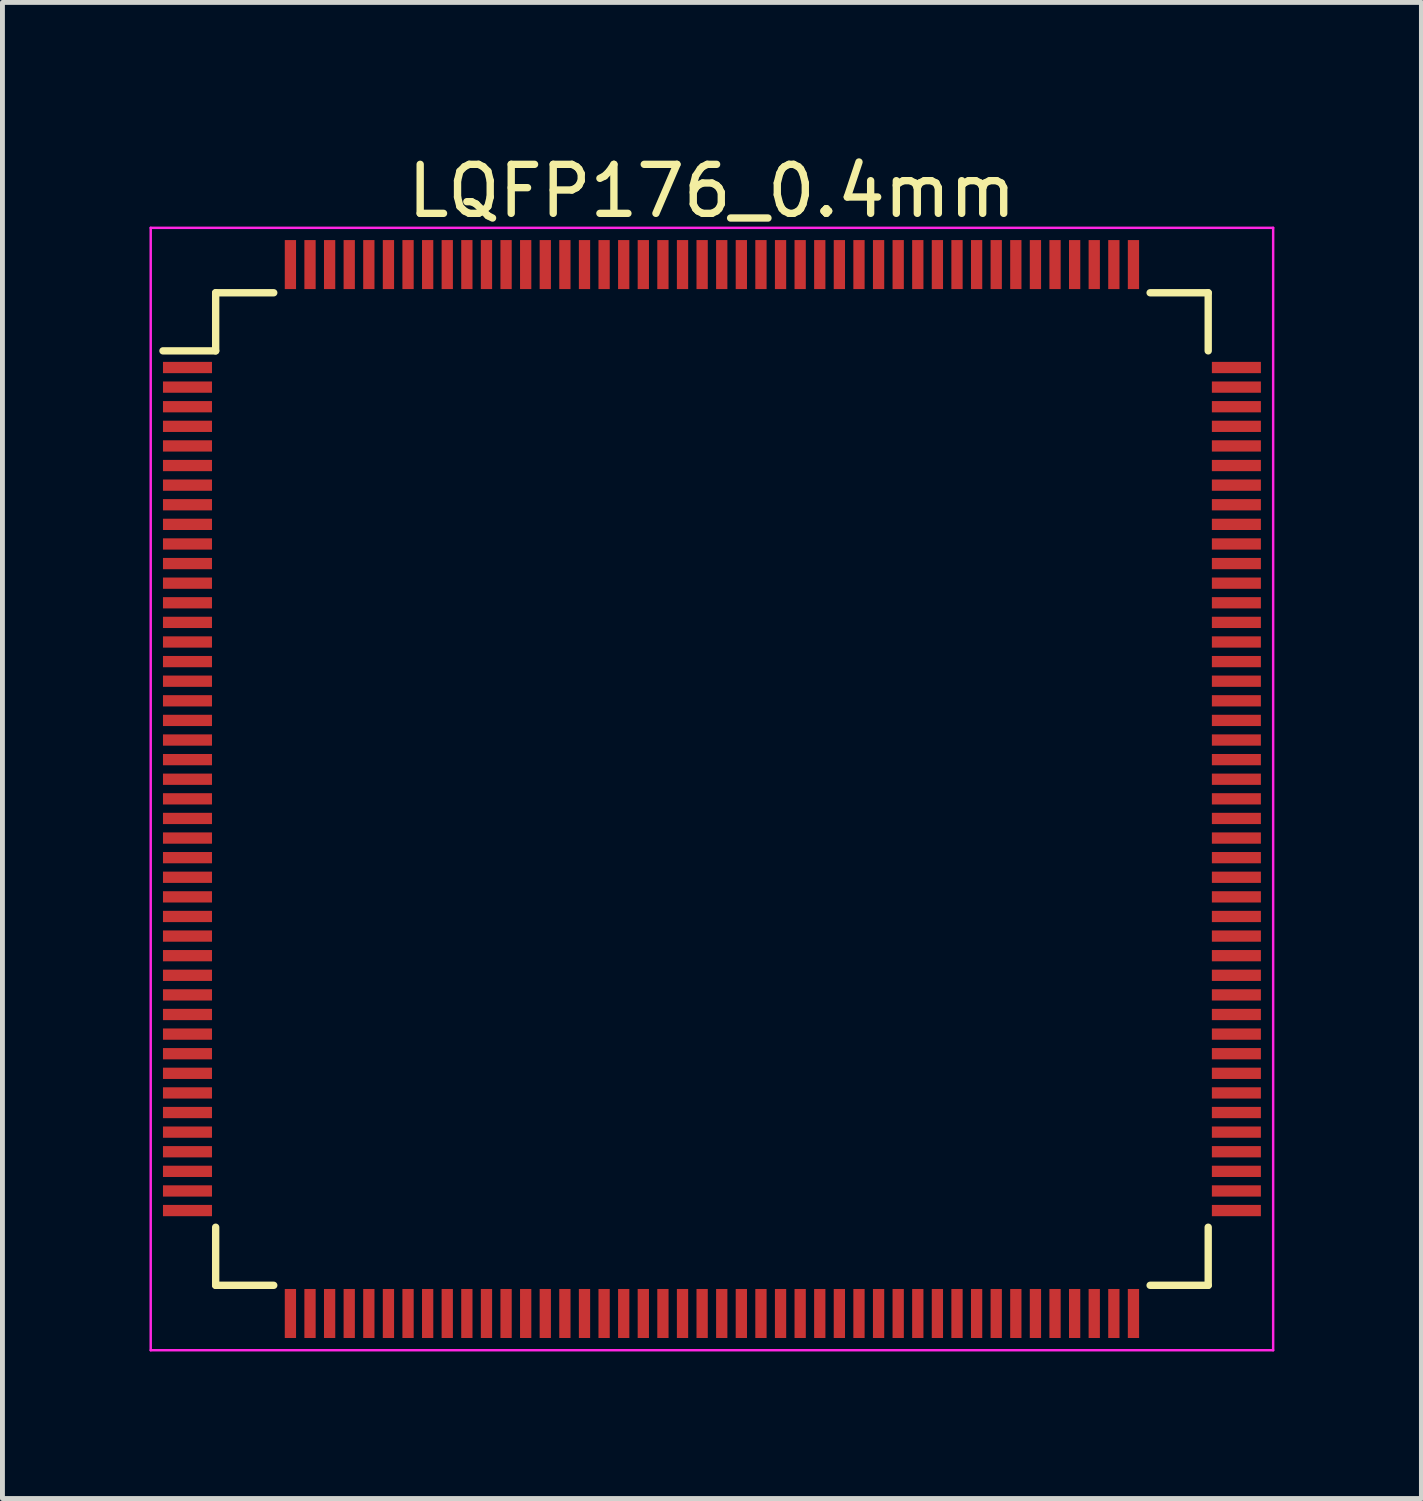
<source format=kicad_pcb>
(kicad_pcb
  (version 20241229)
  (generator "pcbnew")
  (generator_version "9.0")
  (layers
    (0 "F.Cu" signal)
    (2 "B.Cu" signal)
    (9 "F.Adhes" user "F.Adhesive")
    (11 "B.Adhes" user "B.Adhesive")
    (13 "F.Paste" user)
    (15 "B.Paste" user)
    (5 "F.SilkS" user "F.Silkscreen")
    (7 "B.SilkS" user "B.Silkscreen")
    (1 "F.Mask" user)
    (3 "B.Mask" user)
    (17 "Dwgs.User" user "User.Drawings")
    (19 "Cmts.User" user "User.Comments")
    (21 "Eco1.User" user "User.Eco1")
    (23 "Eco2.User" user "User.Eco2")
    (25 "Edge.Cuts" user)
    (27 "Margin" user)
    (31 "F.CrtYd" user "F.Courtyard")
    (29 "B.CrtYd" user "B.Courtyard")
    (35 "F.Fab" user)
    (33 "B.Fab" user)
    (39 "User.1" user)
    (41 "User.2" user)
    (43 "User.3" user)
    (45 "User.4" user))
  (footprint "LQFP176_0.4mm"
    (layer "F.Cu")
    (at 11.475 13.048)
    (property "Reference" "LQFP176_0.4mm" (at 0 -12.2 0) (layer "F.SilkS") (effects (font (size 1 1) (thickness 0.15))))
    (attr smd)
    (fp_line (start -10.125 -10.125) (end -10.125 -8.94) (stroke (width 0.15) (type solid)) (layer "F.SilkS"))
    (fp_line (start -10.125 -10.125) (end -8.94 -10.125) (stroke (width 0.15) (type solid)) (layer "F.SilkS"))
    (fp_line (start -10.125 -8.94) (end -11.2 -8.94) (stroke (width 0.15) (type solid)) (layer "F.SilkS"))
    (fp_line (start -10.125 10.125) (end -10.125 8.94) (stroke (width 0.15) (type solid)) (layer "F.SilkS"))
    (fp_line (start -10.125 10.125) (end -8.94 10.125) (stroke (width 0.15) (type solid)) (layer "F.SilkS"))
    (fp_line (start 10.125 -10.125) (end 8.94 -10.125) (stroke (width 0.15) (type solid)) (layer "F.SilkS"))
    (fp_line (start 10.125 -10.125) (end 10.125 -8.94) (stroke (width 0.15) (type solid)) (layer "F.SilkS"))
    (fp_line (start 10.125 10.125) (end 8.94 10.125) (stroke (width 0.15) (type solid)) (layer "F.SilkS"))
    (fp_line (start 10.125 10.125) (end 10.125 8.94) (stroke (width 0.15) (type solid)) (layer "F.SilkS"))
    (fp_line (start -11.45 -11.45) (end -11.45 11.45) (stroke (width 0.05) (type solid)) (layer "F.CrtYd"))
    (fp_line (start -11.45 -11.45) (end 11.45 -11.45) (stroke (width 0.05) (type solid)) (layer "F.CrtYd"))
    (fp_line (start -11.45 11.45) (end 11.45 11.45) (stroke (width 0.05) (type solid)) (layer "F.CrtYd"))
    (fp_line (start 11.45 -11.45) (end 11.45 11.45) (stroke (width 0.05) (type solid)) (layer "F.CrtYd"))
    (pad "1" smd rect (at -10.7 -8.6) (size 1 0.23) (layers "F.Cu" "F.Mask" "F.Paste"))
    (pad "2" smd rect (at -10.7 -8.2) (size 1 0.23) (layers "F.Cu" "F.Mask" "F.Paste"))
    (pad "3" smd rect (at -10.7 -7.8) (size 1 0.23) (layers "F.Cu" "F.Mask" "F.Paste"))
    (pad "4" smd rect (at -10.7 -7.4) (size 1 0.23) (layers "F.Cu" "F.Mask" "F.Paste"))
    (pad "5" smd rect (at -10.7 -7) (size 1 0.23) (layers "F.Cu" "F.Mask" "F.Paste"))
    (pad "6" smd rect (at -10.7 -6.6) (size 1 0.23) (layers "F.Cu" "F.Mask" "F.Paste"))
    (pad "7" smd rect (at -10.7 -6.2) (size 1 0.23) (layers "F.Cu" "F.Mask" "F.Paste"))
    (pad "8" smd rect (at -10.7 -5.8) (size 1 0.23) (layers "F.Cu" "F.Mask" "F.Paste"))
    (pad "9" smd rect (at -10.7 -5.4) (size 1 0.23) (layers "F.Cu" "F.Mask" "F.Paste"))
    (pad "10" smd rect (at -10.7 -5) (size 1 0.23) (layers "F.Cu" "F.Mask" "F.Paste"))
    (pad "11" smd rect (at -10.7 -4.6) (size 1 0.23) (layers "F.Cu" "F.Mask" "F.Paste"))
    (pad "12" smd rect (at -10.7 -4.2) (size 1 0.23) (layers "F.Cu" "F.Mask" "F.Paste"))
    (pad "13" smd rect (at -10.7 -3.8) (size 1 0.23) (layers "F.Cu" "F.Mask" "F.Paste"))
    (pad "14" smd rect (at -10.7 -3.4) (size 1 0.23) (layers "F.Cu" "F.Mask" "F.Paste"))
    (pad "15" smd rect (at -10.7 -3) (size 1 0.23) (layers "F.Cu" "F.Mask" "F.Paste"))
    (pad "16" smd rect (at -10.7 -2.6) (size 1 0.23) (layers "F.Cu" "F.Mask" "F.Paste"))
    (pad "17" smd rect (at -10.7 -2.2) (size 1 0.23) (layers "F.Cu" "F.Mask" "F.Paste"))
    (pad "18" smd rect (at -10.7 -1.8) (size 1 0.23) (layers "F.Cu" "F.Mask" "F.Paste"))
    (pad "19" smd rect (at -10.7 -1.4) (size 1 0.23) (layers "F.Cu" "F.Mask" "F.Paste"))
    (pad "20" smd rect (at -10.7 -1) (size 1 0.23) (layers "F.Cu" "F.Mask" "F.Paste"))
    (pad "21" smd rect (at -10.7 -0.6) (size 1 0.23) (layers "F.Cu" "F.Mask" "F.Paste"))
    (pad "22" smd rect (at -10.7 -0.2) (size 1 0.23) (layers "F.Cu" "F.Mask" "F.Paste"))
    (pad "23" smd rect (at -10.7 0.2) (size 1 0.23) (layers "F.Cu" "F.Mask" "F.Paste"))
    (pad "24" smd rect (at -10.7 0.6) (size 1 0.23) (layers "F.Cu" "F.Mask" "F.Paste"))
    (pad "25" smd rect (at -10.7 1) (size 1 0.23) (layers "F.Cu" "F.Mask" "F.Paste"))
    (pad "26" smd rect (at -10.7 1.4) (size 1 0.23) (layers "F.Cu" "F.Mask" "F.Paste"))
    (pad "27" smd rect (at -10.7 1.8) (size 1 0.23) (layers "F.Cu" "F.Mask" "F.Paste"))
    (pad "28" smd rect (at -10.7 2.2) (size 1 0.23) (layers "F.Cu" "F.Mask" "F.Paste"))
    (pad "29" smd rect (at -10.7 2.6) (size 1 0.23) (layers "F.Cu" "F.Mask" "F.Paste"))
    (pad "30" smd rect (at -10.7 3) (size 1 0.23) (layers "F.Cu" "F.Mask" "F.Paste"))
    (pad "31" smd rect (at -10.7 3.4) (size 1 0.23) (layers "F.Cu" "F.Mask" "F.Paste"))
    (pad "32" smd rect (at -10.7 3.8) (size 1 0.23) (layers "F.Cu" "F.Mask" "F.Paste"))
    (pad "33" smd rect (at -10.7 4.2) (size 1 0.23) (layers "F.Cu" "F.Mask" "F.Paste"))
    (pad "34" smd rect (at -10.7 4.6) (size 1 0.23) (layers "F.Cu" "F.Mask" "F.Paste"))
    (pad "35" smd rect (at -10.7 5) (size 1 0.23) (layers "F.Cu" "F.Mask" "F.Paste"))
    (pad "36" smd rect (at -10.7 5.4) (size 1 0.23) (layers "F.Cu" "F.Mask" "F.Paste"))
    (pad "37" smd rect (at -10.7 5.8) (size 1 0.23) (layers "F.Cu" "F.Mask" "F.Paste"))
    (pad "38" smd rect (at -10.7 6.2) (size 1 0.23) (layers "F.Cu" "F.Mask" "F.Paste"))
    (pad "39" smd rect (at -10.7 6.6) (size 1 0.23) (layers "F.Cu" "F.Mask" "F.Paste"))
    (pad "40" smd rect (at -10.7 7) (size 1 0.23) (layers "F.Cu" "F.Mask" "F.Paste"))
    (pad "41" smd rect (at -10.7 7.4) (size 1 0.23) (layers "F.Cu" "F.Mask" "F.Paste"))
    (pad "42" smd rect (at -10.7 7.8) (size 1 0.23) (layers "F.Cu" "F.Mask" "F.Paste"))
    (pad "43" smd rect (at -10.7 8.2) (size 1 0.23) (layers "F.Cu" "F.Mask" "F.Paste"))
    (pad "44" smd rect (at -10.7 8.6) (size 1 0.23) (layers "F.Cu" "F.Mask" "F.Paste"))
    (pad "45" smd rect (at -8.6 10.7 90) (size 1 0.23) (layers "F.Cu" "F.Mask" "F.Paste"))
    (pad "46" smd rect (at -8.2 10.7 90) (size 1 0.23) (layers "F.Cu" "F.Mask" "F.Paste"))
    (pad "47" smd rect (at -7.8 10.7 90) (size 1 0.23) (layers "F.Cu" "F.Mask" "F.Paste"))
    (pad "48" smd rect (at -7.4 10.7 90) (size 1 0.23) (layers "F.Cu" "F.Mask" "F.Paste"))
    (pad "49" smd rect (at -7 10.7 90) (size 1 0.23) (layers "F.Cu" "F.Mask" "F.Paste"))
    (pad "50" smd rect (at -6.6 10.7 90) (size 1 0.23) (layers "F.Cu" "F.Mask" "F.Paste"))
    (pad "51" smd rect (at -6.2 10.7 90) (size 1 0.23) (layers "F.Cu" "F.Mask" "F.Paste"))
    (pad "52" smd rect (at -5.8 10.7 90) (size 1 0.23) (layers "F.Cu" "F.Mask" "F.Paste"))
    (pad "53" smd rect (at -5.4 10.7 90) (size 1 0.23) (layers "F.Cu" "F.Mask" "F.Paste"))
    (pad "54" smd rect (at -5 10.7 90) (size 1 0.23) (layers "F.Cu" "F.Mask" "F.Paste"))
    (pad "55" smd rect (at -4.6 10.7 90) (size 1 0.23) (layers "F.Cu" "F.Mask" "F.Paste"))
    (pad "56" smd rect (at -4.2 10.7 90) (size 1 0.23) (layers "F.Cu" "F.Mask" "F.Paste"))
    (pad "57" smd rect (at -3.8 10.7 90) (size 1 0.23) (layers "F.Cu" "F.Mask" "F.Paste"))
    (pad "58" smd rect (at -3.4 10.7 90) (size 1 0.23) (layers "F.Cu" "F.Mask" "F.Paste"))
    (pad "59" smd rect (at -3 10.7 90) (size 1 0.23) (layers "F.Cu" "F.Mask" "F.Paste"))
    (pad "60" smd rect (at -2.6 10.7 90) (size 1 0.23) (layers "F.Cu" "F.Mask" "F.Paste"))
    (pad "61" smd rect (at -2.2 10.7 90) (size 1 0.23) (layers "F.Cu" "F.Mask" "F.Paste"))
    (pad "62" smd rect (at -1.8 10.7 90) (size 1 0.23) (layers "F.Cu" "F.Mask" "F.Paste"))
    (pad "63" smd rect (at -1.4 10.7 90) (size 1 0.23) (layers "F.Cu" "F.Mask" "F.Paste"))
    (pad "64" smd rect (at -1 10.7 90) (size 1 0.23) (layers "F.Cu" "F.Mask" "F.Paste"))
    (pad "65" smd rect (at -0.6 10.7 90) (size 1 0.23) (layers "F.Cu" "F.Mask" "F.Paste"))
    (pad "66" smd rect (at -0.2 10.7 90) (size 1 0.23) (layers "F.Cu" "F.Mask" "F.Paste"))
    (pad "67" smd rect (at 0.2 10.7 90) (size 1 0.23) (layers "F.Cu" "F.Mask" "F.Paste"))
    (pad "68" smd rect (at 0.6 10.7 90) (size 1 0.23) (layers "F.Cu" "F.Mask" "F.Paste"))
    (pad "69" smd rect (at 1 10.7 90) (size 1 0.23) (layers "F.Cu" "F.Mask" "F.Paste"))
    (pad "70" smd rect (at 1.4 10.7 90) (size 1 0.23) (layers "F.Cu" "F.Mask" "F.Paste"))
    (pad "71" smd rect (at 1.8 10.7 90) (size 1 0.23) (layers "F.Cu" "F.Mask" "F.Paste"))
    (pad "72" smd rect (at 2.2 10.7 90) (size 1 0.23) (layers "F.Cu" "F.Mask" "F.Paste"))
    (pad "73" smd rect (at 2.6 10.7 90) (size 1 0.23) (layers "F.Cu" "F.Mask" "F.Paste"))
    (pad "74" smd rect (at 3 10.7 90) (size 1 0.23) (layers "F.Cu" "F.Mask" "F.Paste"))
    (pad "75" smd rect (at 3.4 10.7 90) (size 1 0.23) (layers "F.Cu" "F.Mask" "F.Paste"))
    (pad "76" smd rect (at 3.8 10.7 90) (size 1 0.23) (layers "F.Cu" "F.Mask" "F.Paste"))
    (pad "77" smd rect (at 4.2 10.7 90) (size 1 0.23) (layers "F.Cu" "F.Mask" "F.Paste"))
    (pad "78" smd rect (at 4.6 10.7 90) (size 1 0.23) (layers "F.Cu" "F.Mask" "F.Paste"))
    (pad "79" smd rect (at 5 10.7 90) (size 1 0.23) (layers "F.Cu" "F.Mask" "F.Paste"))
    (pad "80" smd rect (at 5.4 10.7 90) (size 1 0.23) (layers "F.Cu" "F.Mask" "F.Paste"))
    (pad "81" smd rect (at 5.8 10.7 90) (size 1 0.23) (layers "F.Cu" "F.Mask" "F.Paste"))
    (pad "82" smd rect (at 6.2 10.7 90) (size 1 0.23) (layers "F.Cu" "F.Mask" "F.Paste"))
    (pad "83" smd rect (at 6.6 10.7 90) (size 1 0.23) (layers "F.Cu" "F.Mask" "F.Paste"))
    (pad "84" smd rect (at 7 10.7 90) (size 1 0.23) (layers "F.Cu" "F.Mask" "F.Paste"))
    (pad "85" smd rect (at 7.4 10.7 90) (size 1 0.23) (layers "F.Cu" "F.Mask" "F.Paste"))
    (pad "86" smd rect (at 7.8 10.7 90) (size 1 0.23) (layers "F.Cu" "F.Mask" "F.Paste"))
    (pad "87" smd rect (at 8.2 10.7 90) (size 1 0.23) (layers "F.Cu" "F.Mask" "F.Paste"))
    (pad "88" smd rect (at 8.6 10.7 90) (size 1 0.23) (layers "F.Cu" "F.Mask" "F.Paste"))
    (pad "89" smd rect (at 10.7 8.6) (size 1 0.23) (layers "F.Cu" "F.Mask" "F.Paste"))
    (pad "90" smd rect (at 10.7 8.2) (size 1 0.23) (layers "F.Cu" "F.Mask" "F.Paste"))
    (pad "91" smd rect (at 10.7 7.8) (size 1 0.23) (layers "F.Cu" "F.Mask" "F.Paste"))
    (pad "92" smd rect (at 10.7 7.4) (size 1 0.23) (layers "F.Cu" "F.Mask" "F.Paste"))
    (pad "93" smd rect (at 10.7 7) (size 1 0.23) (layers "F.Cu" "F.Mask" "F.Paste"))
    (pad "94" smd rect (at 10.7 6.6) (size 1 0.23) (layers "F.Cu" "F.Mask" "F.Paste"))
    (pad "95" smd rect (at 10.7 6.2) (size 1 0.23) (layers "F.Cu" "F.Mask" "F.Paste"))
    (pad "96" smd rect (at 10.7 5.8) (size 1 0.23) (layers "F.Cu" "F.Mask" "F.Paste"))
    (pad "97" smd rect (at 10.7 5.4) (size 1 0.23) (layers "F.Cu" "F.Mask" "F.Paste"))
    (pad "98" smd rect (at 10.7 5) (size 1 0.23) (layers "F.Cu" "F.Mask" "F.Paste"))
    (pad "99" smd rect (at 10.7 4.6) (size 1 0.23) (layers "F.Cu" "F.Mask" "F.Paste"))
    (pad "100" smd rect (at 10.7 4.2) (size 1 0.23) (layers "F.Cu" "F.Mask" "F.Paste"))
    (pad "101" smd rect (at 10.7 3.8) (size 1 0.23) (layers "F.Cu" "F.Mask" "F.Paste"))
    (pad "102" smd rect (at 10.7 3.4) (size 1 0.23) (layers "F.Cu" "F.Mask" "F.Paste"))
    (pad "103" smd rect (at 10.7 3) (size 1 0.23) (layers "F.Cu" "F.Mask" "F.Paste"))
    (pad "104" smd rect (at 10.7 2.6) (size 1 0.23) (layers "F.Cu" "F.Mask" "F.Paste"))
    (pad "105" smd rect (at 10.7 2.2) (size 1 0.23) (layers "F.Cu" "F.Mask" "F.Paste"))
    (pad "106" smd rect (at 10.7 1.8) (size 1 0.23) (layers "F.Cu" "F.Mask" "F.Paste"))
    (pad "107" smd rect (at 10.7 1.4) (size 1 0.23) (layers "F.Cu" "F.Mask" "F.Paste"))
    (pad "108" smd rect (at 10.7 1) (size 1 0.23) (layers "F.Cu" "F.Mask" "F.Paste"))
    (pad "109" smd rect (at 10.7 0.6) (size 1 0.23) (layers "F.Cu" "F.Mask" "F.Paste"))
    (pad "110" smd rect (at 10.7 0.2) (size 1 0.23) (layers "F.Cu" "F.Mask" "F.Paste"))
    (pad "111" smd rect (at 10.7 -0.2) (size 1 0.23) (layers "F.Cu" "F.Mask" "F.Paste"))
    (pad "112" smd rect (at 10.7 -0.6) (size 1 0.23) (layers "F.Cu" "F.Mask" "F.Paste"))
    (pad "113" smd rect (at 10.7 -1) (size 1 0.23) (layers "F.Cu" "F.Mask" "F.Paste"))
    (pad "114" smd rect (at 10.7 -1.4) (size 1 0.23) (layers "F.Cu" "F.Mask" "F.Paste"))
    (pad "115" smd rect (at 10.7 -1.8) (size 1 0.23) (layers "F.Cu" "F.Mask" "F.Paste"))
    (pad "116" smd rect (at 10.7 -2.2) (size 1 0.23) (layers "F.Cu" "F.Mask" "F.Paste"))
    (pad "117" smd rect (at 10.7 -2.6) (size 1 0.23) (layers "F.Cu" "F.Mask" "F.Paste"))
    (pad "118" smd rect (at 10.7 -3) (size 1 0.23) (layers "F.Cu" "F.Mask" "F.Paste"))
    (pad "119" smd rect (at 10.7 -3.4) (size 1 0.23) (layers "F.Cu" "F.Mask" "F.Paste"))
    (pad "120" smd rect (at 10.7 -3.8) (size 1 0.23) (layers "F.Cu" "F.Mask" "F.Paste"))
    (pad "121" smd rect (at 10.7 -4.2) (size 1 0.23) (layers "F.Cu" "F.Mask" "F.Paste"))
    (pad "122" smd rect (at 10.7 -4.6) (size 1 0.23) (layers "F.Cu" "F.Mask" "F.Paste"))
    (pad "123" smd rect (at 10.7 -5) (size 1 0.23) (layers "F.Cu" "F.Mask" "F.Paste"))
    (pad "124" smd rect (at 10.7 -5.4) (size 1 0.23) (layers "F.Cu" "F.Mask" "F.Paste"))
    (pad "125" smd rect (at 10.7 -5.8) (size 1 0.23) (layers "F.Cu" "F.Mask" "F.Paste"))
    (pad "126" smd rect (at 10.7 -6.2) (size 1 0.23) (layers "F.Cu" "F.Mask" "F.Paste"))
    (pad "127" smd rect (at 10.7 -6.6) (size 1 0.23) (layers "F.Cu" "F.Mask" "F.Paste"))
    (pad "128" smd rect (at 10.7 -7) (size 1 0.23) (layers "F.Cu" "F.Mask" "F.Paste"))
    (pad "129" smd rect (at 10.7 -7.4) (size 1 0.23) (layers "F.Cu" "F.Mask" "F.Paste"))
    (pad "130" smd rect (at 10.7 -7.8) (size 1 0.23) (layers "F.Cu" "F.Mask" "F.Paste"))
    (pad "131" smd rect (at 10.7 -8.2) (size 1 0.23) (layers "F.Cu" "F.Mask" "F.Paste"))
    (pad "132" smd rect (at 10.7 -8.6) (size 1 0.23) (layers "F.Cu" "F.Mask" "F.Paste"))
    (pad "133" smd rect (at 8.6 -10.7 90) (size 1 0.23) (layers "F.Cu" "F.Mask" "F.Paste"))
    (pad "134" smd rect (at 8.2 -10.7 90) (size 1 0.23) (layers "F.Cu" "F.Mask" "F.Paste"))
    (pad "135" smd rect (at 7.8 -10.7 90) (size 1 0.23) (layers "F.Cu" "F.Mask" "F.Paste"))
    (pad "136" smd rect (at 7.4 -10.7 90) (size 1 0.23) (layers "F.Cu" "F.Mask" "F.Paste"))
    (pad "137" smd rect (at 7 -10.7 90) (size 1 0.23) (layers "F.Cu" "F.Mask" "F.Paste"))
    (pad "138" smd rect (at 6.6 -10.7 90) (size 1 0.23) (layers "F.Cu" "F.Mask" "F.Paste"))
    (pad "139" smd rect (at 6.2 -10.7 90) (size 1 0.23) (layers "F.Cu" "F.Mask" "F.Paste"))
    (pad "140" smd rect (at 5.8 -10.7 90) (size 1 0.23) (layers "F.Cu" "F.Mask" "F.Paste"))
    (pad "141" smd rect (at 5.4 -10.7 90) (size 1 0.23) (layers "F.Cu" "F.Mask" "F.Paste"))
    (pad "142" smd rect (at 5 -10.7 90) (size 1 0.23) (layers "F.Cu" "F.Mask" "F.Paste"))
    (pad "143" smd rect (at 4.6 -10.7 90) (size 1 0.23) (layers "F.Cu" "F.Mask" "F.Paste"))
    (pad "144" smd rect (at 4.2 -10.7 90) (size 1 0.23) (layers "F.Cu" "F.Mask" "F.Paste"))
    (pad "145" smd rect (at 3.8 -10.7 90) (size 1 0.23) (layers "F.Cu" "F.Mask" "F.Paste"))
    (pad "146" smd rect (at 3.4 -10.7 90) (size 1 0.23) (layers "F.Cu" "F.Mask" "F.Paste"))
    (pad "147" smd rect (at 3 -10.7 90) (size 1 0.23) (layers "F.Cu" "F.Mask" "F.Paste"))
    (pad "148" smd rect (at 2.6 -10.7 90) (size 1 0.23) (layers "F.Cu" "F.Mask" "F.Paste"))
    (pad "149" smd rect (at 2.2 -10.7 90) (size 1 0.23) (layers "F.Cu" "F.Mask" "F.Paste"))
    (pad "150" smd rect (at 1.8 -10.7 90) (size 1 0.23) (layers "F.Cu" "F.Mask" "F.Paste"))
    (pad "151" smd rect (at 1.4 -10.7 90) (size 1 0.23) (layers "F.Cu" "F.Mask" "F.Paste"))
    (pad "152" smd rect (at 1 -10.7 90) (size 1 0.23) (layers "F.Cu" "F.Mask" "F.Paste"))
    (pad "153" smd rect (at 0.6 -10.7 90) (size 1 0.23) (layers "F.Cu" "F.Mask" "F.Paste"))
    (pad "154" smd rect (at 0.2 -10.7 90) (size 1 0.23) (layers "F.Cu" "F.Mask" "F.Paste"))
    (pad "155" smd rect (at -0.2 -10.7 90) (size 1 0.23) (layers "F.Cu" "F.Mask" "F.Paste"))
    (pad "156" smd rect (at -0.6 -10.7 90) (size 1 0.23) (layers "F.Cu" "F.Mask" "F.Paste"))
    (pad "157" smd rect (at -1 -10.7 90) (size 1 0.23) (layers "F.Cu" "F.Mask" "F.Paste"))
    (pad "158" smd rect (at -1.4 -10.7 90) (size 1 0.23) (layers "F.Cu" "F.Mask" "F.Paste"))
    (pad "159" smd rect (at -1.8 -10.7 90) (size 1 0.23) (layers "F.Cu" "F.Mask" "F.Paste"))
    (pad "160" smd rect (at -2.2 -10.7 90) (size 1 0.23) (layers "F.Cu" "F.Mask" "F.Paste"))
    (pad "161" smd rect (at -2.6 -10.7 90) (size 1 0.23) (layers "F.Cu" "F.Mask" "F.Paste"))
    (pad "162" smd rect (at -3 -10.7 90) (size 1 0.23) (layers "F.Cu" "F.Mask" "F.Paste"))
    (pad "163" smd rect (at -3.4 -10.7 90) (size 1 0.23) (layers "F.Cu" "F.Mask" "F.Paste"))
    (pad "164" smd rect (at -3.8 -10.7 90) (size 1 0.23) (layers "F.Cu" "F.Mask" "F.Paste"))
    (pad "165" smd rect (at -4.2 -10.7 90) (size 1 0.23) (layers "F.Cu" "F.Mask" "F.Paste"))
    (pad "166" smd rect (at -4.6 -10.7 90) (size 1 0.23) (layers "F.Cu" "F.Mask" "F.Paste"))
    (pad "167" smd rect (at -5 -10.7 90) (size 1 0.23) (layers "F.Cu" "F.Mask" "F.Paste"))
    (pad "168" smd rect (at -5.4 -10.7 90) (size 1 0.23) (layers "F.Cu" "F.Mask" "F.Paste"))
    (pad "169" smd rect (at -5.8 -10.7 90) (size 1 0.23) (layers "F.Cu" "F.Mask" "F.Paste"))
    (pad "170" smd rect (at -6.2 -10.7 90) (size 1 0.23) (layers "F.Cu" "F.Mask" "F.Paste"))
    (pad "171" smd rect (at -6.6 -10.7 90) (size 1 0.23) (layers "F.Cu" "F.Mask" "F.Paste"))
    (pad "172" smd rect (at -7 -10.7 90) (size 1 0.23) (layers "F.Cu" "F.Mask" "F.Paste"))
    (pad "173" smd rect (at -7.4 -10.7 90) (size 1 0.23) (layers "F.Cu" "F.Mask" "F.Paste"))
    (pad "174" smd rect (at -7.8 -10.7 90) (size 1 0.23) (layers "F.Cu" "F.Mask" "F.Paste"))
    (pad "175" smd rect (at -8.2 -10.7 90) (size 1 0.23) (layers "F.Cu" "F.Mask" "F.Paste"))
    (pad "176" smd rect (at -8.6 -10.7 90) (size 1 0.23) (layers "F.Cu" "F.Mask" "F.Paste")))
  (gr_rect
    (start -3 -3)
    (end 25.95 27.523)
    (stroke (width 0.1) (type default))
    (fill no)
    (layer "Edge.Cuts")))
</source>
